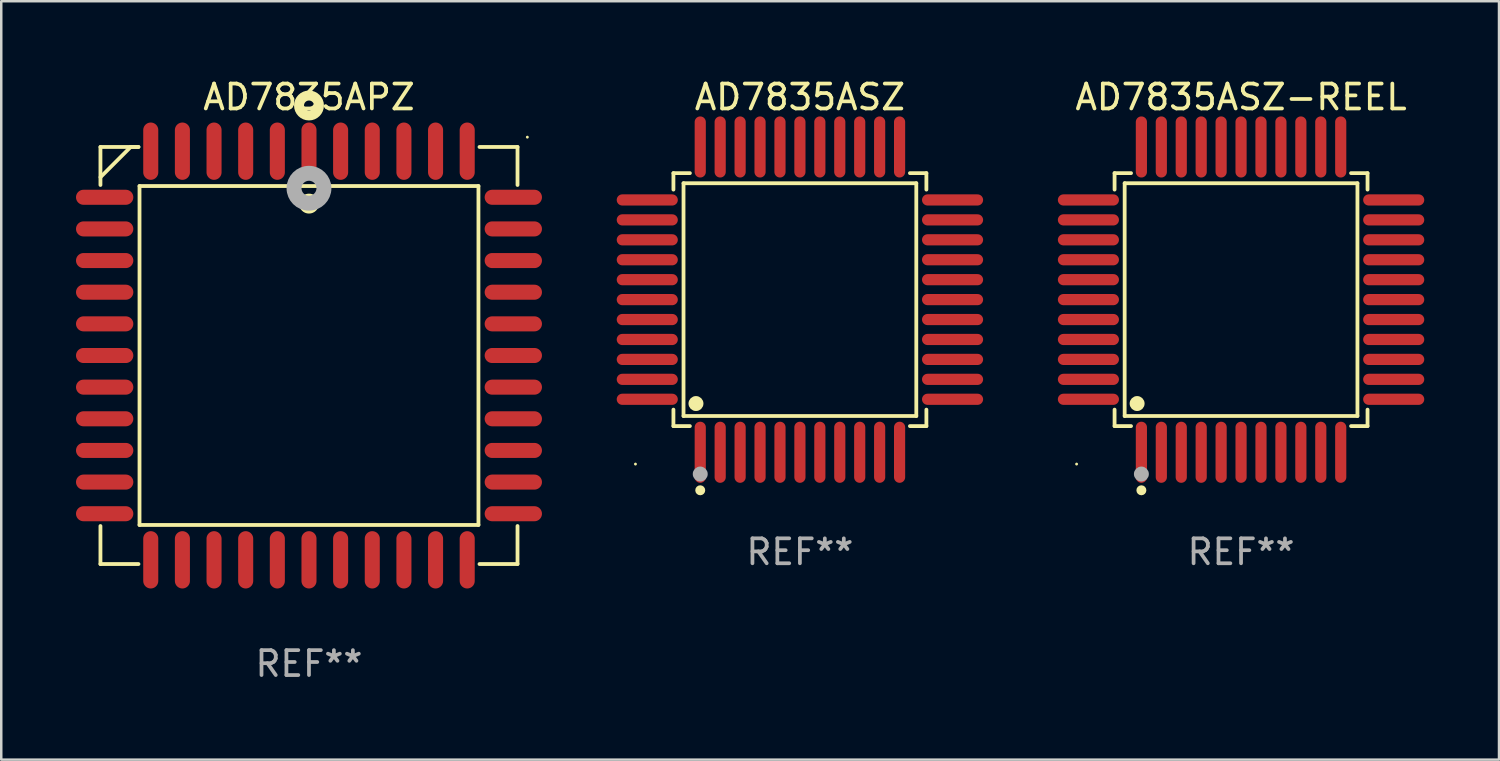
<source format=kicad_pcb>
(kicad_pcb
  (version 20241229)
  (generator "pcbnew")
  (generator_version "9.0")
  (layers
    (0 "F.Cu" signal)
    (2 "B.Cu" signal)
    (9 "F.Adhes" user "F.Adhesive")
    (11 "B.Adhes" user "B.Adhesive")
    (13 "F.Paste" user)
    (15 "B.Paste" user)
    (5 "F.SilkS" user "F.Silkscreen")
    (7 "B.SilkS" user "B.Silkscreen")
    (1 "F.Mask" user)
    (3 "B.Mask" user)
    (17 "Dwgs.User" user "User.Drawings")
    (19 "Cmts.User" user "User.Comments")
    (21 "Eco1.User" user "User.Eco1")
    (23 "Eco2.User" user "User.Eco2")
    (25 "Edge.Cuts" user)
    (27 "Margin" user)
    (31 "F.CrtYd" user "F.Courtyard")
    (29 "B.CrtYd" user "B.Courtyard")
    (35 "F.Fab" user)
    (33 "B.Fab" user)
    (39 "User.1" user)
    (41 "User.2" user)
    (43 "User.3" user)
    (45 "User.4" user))
  (footprint "AD7835APZ"
    (layer "F.Cu")
    (at 9.35 11.217)
    (property "Reference" "AD7835APZ" (at 0 -10.369 0) (layer "F.SilkS") (effects (font (size 1 1) (thickness 0.15))))
    (attr through_hole)
    (fp_line (start -8.369 -8.369) (end -8.369 -6.843) (stroke (width 0.152) (type solid)) (layer "F.SilkS"))
    (fp_line (start -8.369 8.369) (end -8.369 6.843) (stroke (width 0.152) (type solid)) (layer "F.SilkS"))
    (fp_line (start -7.156 -8.369) (end -8.369 -7.156) (stroke (width 0.152) (type solid)) (layer "F.SilkS"))
    (fp_line (start -6.843 -8.369) (end -8.369 -8.369) (stroke (width 0.152) (type solid)) (layer "F.SilkS"))
    (fp_line (start -6.843 -8.369) (end -7.156 -8.369) (stroke (width 0.152) (type solid)) (layer "F.SilkS"))
    (fp_line (start -6.843 8.369) (end -8.369 8.369) (stroke (width 0.152) (type solid)) (layer "F.SilkS"))
    (fp_line (start -6.801 -6.801) (end 6.801 -6.801) (stroke (width 0.152) (type solid)) (layer "F.SilkS"))
    (fp_line (start -6.801 6.801) (end -6.801 -6.801) (stroke (width 0.152) (type solid)) (layer "F.SilkS"))
    (fp_line (start 6.801 -6.801) (end 6.801 6.801) (stroke (width 0.152) (type solid)) (layer "F.SilkS"))
    (fp_line (start 6.801 6.801) (end -6.801 6.801) (stroke (width 0.152) (type solid)) (layer "F.SilkS"))
    (fp_line (start 6.843 -8.369) (end 8.369 -8.369) (stroke (width 0.152) (type solid)) (layer "F.SilkS"))
    (fp_line (start 6.843 8.369) (end 8.369 8.369) (stroke (width 0.152) (type solid)) (layer "F.SilkS"))
    (fp_line (start 8.369 -8.369) (end 8.369 -6.843) (stroke (width 0.152) (type solid)) (layer "F.SilkS"))
    (fp_line (start 8.369 8.369) (end 8.369 6.843) (stroke (width 0.152) (type solid)) (layer "F.SilkS"))
    (fp_circle (center -0.000013 -6.096) (end 0.2 -6.096) (stroke (width 0.4) (type solid)) (fill no) (layer "F.SilkS"))
    (fp_circle (center 0.000114 -10.033) (end 0.2 -10.033) (stroke (width 0.4) (type solid)) (fill no) (layer "F.SilkS"))
    (fp_circle (center 8.763 -8.763) (end 8.793 -8.763) (stroke (width 0.06) (type solid)) (fill no) (layer "F.SilkS"))
    (fp_circle (center 0.000114 -6.712) (end 0.3 -6.712) (stroke (width 0.6) (type solid)) (fill no) (layer "F.Fab"))
    (fp_text user "REF**" (at 0 12.369 0) (layer "F.Fab") (effects (font (size 1 1) (thickness 0.15))))
    (pad "1" smd oval (at 0.000114 -8.2) (size 0.604 2.3) (layers "F.Cu" "F.Mask" "F.Paste"))
    (pad "2" smd oval (at -1.27 -8.2) (size 0.604 2.3) (layers "F.Cu" "F.Mask" "F.Paste"))
    (pad "3" smd oval (at -2.54 -8.2) (size 0.604 2.3) (layers "F.Cu" "F.Mask" "F.Paste"))
    (pad "4" smd oval (at -3.81 -8.2) (size 0.604 2.3) (layers "F.Cu" "F.Mask" "F.Paste"))
    (pad "5" smd oval (at -5.08 -8.2) (size 0.604 2.3) (layers "F.Cu" "F.Mask" "F.Paste"))
    (pad "6" smd oval (at -6.35 -8.2) (size 0.604 2.3) (layers "F.Cu" "F.Mask" "F.Paste"))
    (pad "7" smd oval (at -8.2 -6.35) (size 2.3 0.604) (layers "F.Cu" "F.Mask" "F.Paste"))
    (pad "8" smd oval (at -8.2 -5.08) (size 2.3 0.604) (layers "F.Cu" "F.Mask" "F.Paste"))
    (pad "9" smd oval (at -8.2 -3.81) (size 2.3 0.604) (layers "F.Cu" "F.Mask" "F.Paste"))
    (pad "10" smd oval (at -8.2 -2.54) (size 2.3 0.604) (layers "F.Cu" "F.Mask" "F.Paste"))
    (pad "11" smd oval (at -8.2 -1.27) (size 2.3 0.604) (layers "F.Cu" "F.Mask" "F.Paste"))
    (pad "12" smd oval (at -8.2 0.000127) (size 2.3 0.604) (layers "F.Cu" "F.Mask" "F.Paste"))
    (pad "13" smd oval (at -8.2 1.27) (size 2.3 0.604) (layers "F.Cu" "F.Mask" "F.Paste"))
    (pad "14" smd oval (at -8.2 2.54) (size 2.3 0.604) (layers "F.Cu" "F.Mask" "F.Paste"))
    (pad "15" smd oval (at -8.2 3.81) (size 2.3 0.604) (layers "F.Cu" "F.Mask" "F.Paste"))
    (pad "16" smd oval (at -8.2 5.08) (size 2.3 0.604) (layers "F.Cu" "F.Mask" "F.Paste"))
    (pad "17" smd oval (at -8.2 6.35) (size 2.3 0.604) (layers "F.Cu" "F.Mask" "F.Paste"))
    (pad "18" smd oval (at -6.35 8.2) (size 0.604 2.3) (layers "F.Cu" "F.Mask" "F.Paste"))
    (pad "19" smd oval (at -5.08 8.2) (size 0.604 2.3) (layers "F.Cu" "F.Mask" "F.Paste"))
    (pad "20" smd oval (at -3.81 8.2) (size 0.604 2.3) (layers "F.Cu" "F.Mask" "F.Paste"))
    (pad "21" smd oval (at -2.54 8.2) (size 0.604 2.3) (layers "F.Cu" "F.Mask" "F.Paste"))
    (pad "22" smd oval (at -1.27 8.2) (size 0.604 2.3) (layers "F.Cu" "F.Mask" "F.Paste"))
    (pad "23" smd oval (at 0.000114 8.2) (size 0.604 2.3) (layers "F.Cu" "F.Mask" "F.Paste"))
    (pad "24" smd oval (at 1.27 8.2) (size 0.604 2.3) (layers "F.Cu" "F.Mask" "F.Paste"))
    (pad "25" smd oval (at 2.54 8.2) (size 0.604 2.3) (layers "F.Cu" "F.Mask" "F.Paste"))
    (pad "26" smd oval (at 3.81 8.2) (size 0.604 2.3) (layers "F.Cu" "F.Mask" "F.Paste"))
    (pad "27" smd oval (at 5.08 8.2) (size 0.604 2.3) (layers "F.Cu" "F.Mask" "F.Paste"))
    (pad "28" smd oval (at 6.35 8.2) (size 0.604 2.3) (layers "F.Cu" "F.Mask" "F.Paste"))
    (pad "29" smd oval (at 8.2 6.35) (size 2.3 0.604) (layers "F.Cu" "F.Mask" "F.Paste"))
    (pad "30" smd oval (at 8.2 5.08) (size 2.3 0.604) (layers "F.Cu" "F.Mask" "F.Paste"))
    (pad "31" smd oval (at 8.2 3.81) (size 2.3 0.604) (layers "F.Cu" "F.Mask" "F.Paste"))
    (pad "32" smd oval (at 8.2 2.54) (size 2.3 0.604) (layers "F.Cu" "F.Mask" "F.Paste"))
    (pad "33" smd oval (at 8.2 1.27) (size 2.3 0.604) (layers "F.Cu" "F.Mask" "F.Paste"))
    (pad "34" smd oval (at 8.2 0.000127) (size 2.3 0.604) (layers "F.Cu" "F.Mask" "F.Paste"))
    (pad "35" smd oval (at 8.2 -1.27) (size 2.3 0.604) (layers "F.Cu" "F.Mask" "F.Paste"))
    (pad "36" smd oval (at 8.2 -2.54) (size 2.3 0.604) (layers "F.Cu" "F.Mask" "F.Paste"))
    (pad "37" smd oval (at 8.2 -3.81) (size 2.3 0.604) (layers "F.Cu" "F.Mask" "F.Paste"))
    (pad "38" smd oval (at 8.2 -5.08) (size 2.3 0.604) (layers "F.Cu" "F.Mask" "F.Paste"))
    (pad "39" smd oval (at 8.2 -6.35) (size 2.3 0.604) (layers "F.Cu" "F.Mask" "F.Paste"))
    (pad "40" smd oval (at 6.35 -8.2) (size 0.604 2.3) (layers "F.Cu" "F.Mask" "F.Paste"))
    (pad "41" smd oval (at 5.08 -8.2) (size 0.604 2.3) (layers "F.Cu" "F.Mask" "F.Paste"))
    (pad "42" smd oval (at 3.81 -8.2) (size 0.604 2.3) (layers "F.Cu" "F.Mask" "F.Paste"))
    (pad "43" smd oval (at 2.54 -8.2) (size 0.604 2.3) (layers "F.Cu" "F.Mask" "F.Paste"))
    (pad "44" smd oval (at 1.27 -8.2) (size 0.604 2.3) (layers "F.Cu" "F.Mask" "F.Paste")))
  (footprint "AD7835ASZ-REEL"
    (layer "F.Cu")
    (at 46.756 8.974)
    (property "Reference" "AD7835ASZ-REEL" (at 0 -8.126 0) (layer "F.SilkS") (effects (font (size 1 1) (thickness 0.15))))
    (attr through_hole)
    (fp_line (start -5.076 -5.076) (end -4.415 -5.076) (stroke (width 0.152) (type solid)) (layer "F.SilkS"))
    (fp_line (start -5.076 -4.415) (end -5.076 -5.076) (stroke (width 0.152) (type solid)) (layer "F.SilkS"))
    (fp_line (start -5.076 4.415) (end -5.076 5.076) (stroke (width 0.152) (type solid)) (layer "F.SilkS"))
    (fp_line (start -5.076 5.076) (end -4.415 5.076) (stroke (width 0.152) (type solid)) (layer "F.SilkS"))
    (fp_line (start -4.671 -4.671) (end 4.671 -4.671) (stroke (width 0.152) (type solid)) (layer "F.SilkS"))
    (fp_line (start -4.671 4.671) (end -4.671 -4.671) (stroke (width 0.152) (type solid)) (layer "F.SilkS"))
    (fp_line (start 4.671 -4.671) (end 4.671 4.671) (stroke (width 0.152) (type solid)) (layer "F.SilkS"))
    (fp_line (start 4.671 4.671) (end -4.671 4.671) (stroke (width 0.152) (type solid)) (layer "F.SilkS"))
    (fp_line (start 5.076 -5.076) (end 4.415 -5.076) (stroke (width 0.152) (type solid)) (layer "F.SilkS"))
    (fp_line (start 5.076 -4.415) (end 5.076 -5.076) (stroke (width 0.152) (type solid)) (layer "F.SilkS"))
    (fp_line (start 5.076 4.415) (end 5.076 5.076) (stroke (width 0.152) (type solid)) (layer "F.SilkS"))
    (fp_line (start 5.076 5.076) (end 4.415 5.076) (stroke (width 0.152) (type solid)) (layer "F.SilkS"))
    (fp_circle (center -6.6 6.6) (end -6.57 6.6) (stroke (width 0.06) (type solid)) (fill no) (layer "F.SilkS"))
    (fp_circle (center -4.171 4.171) (end -4.021 4.171) (stroke (width 0.3) (type solid)) (fill no) (layer "F.SilkS"))
    (fp_circle (center -4 7.652) (end -3.9 7.652) (stroke (width 0.2) (type solid)) (fill no) (layer "F.SilkS"))
    (fp_circle (center -4 7) (end -3.85 7) (stroke (width 0.3) (type solid)) (fill no) (layer "F.Fab"))
    (fp_text user "REF**" (at 0 10.126 0) (layer "F.Fab") (effects (font (size 1 1) (thickness 0.15))))
    (pad "1" smd oval (at -4 6.126) (size 0.448 2.452) (layers "F.Cu" "F.Mask" "F.Paste"))
    (pad "2" smd oval (at -3.2 6.126) (size 0.448 2.452) (layers "F.Cu" "F.Mask" "F.Paste"))
    (pad "3" smd oval (at -2.4 6.126) (size 0.448 2.452) (layers "F.Cu" "F.Mask" "F.Paste"))
    (pad "4" smd oval (at -1.6 6.126) (size 0.448 2.452) (layers "F.Cu" "F.Mask" "F.Paste"))
    (pad "5" smd oval (at -0.8 6.126) (size 0.448 2.452) (layers "F.Cu" "F.Mask" "F.Paste"))
    (pad "6" smd oval (at 0 6.126) (size 0.448 2.452) (layers "F.Cu" "F.Mask" "F.Paste"))
    (pad "7" smd oval (at 0.8 6.126) (size 0.448 2.452) (layers "F.Cu" "F.Mask" "F.Paste"))
    (pad "8" smd oval (at 1.6 6.126) (size 0.448 2.452) (layers "F.Cu" "F.Mask" "F.Paste"))
    (pad "9" smd oval (at 2.4 6.126) (size 0.448 2.452) (layers "F.Cu" "F.Mask" "F.Paste"))
    (pad "10" smd oval (at 3.2 6.126) (size 0.448 2.452) (layers "F.Cu" "F.Mask" "F.Paste"))
    (pad "11" smd oval (at 4 6.126) (size 0.448 2.452) (layers "F.Cu" "F.Mask" "F.Paste"))
    (pad "12" smd oval (at 6.126 4) (size 2.452 0.448) (layers "F.Cu" "F.Mask" "F.Paste"))
    (pad "13" smd oval (at 6.126 3.2) (size 2.452 0.448) (layers "F.Cu" "F.Mask" "F.Paste"))
    (pad "14" smd oval (at 6.126 2.4) (size 2.452 0.448) (layers "F.Cu" "F.Mask" "F.Paste"))
    (pad "15" smd oval (at 6.126 1.6) (size 2.452 0.448) (layers "F.Cu" "F.Mask" "F.Paste"))
    (pad "16" smd oval (at 6.126 0.8) (size 2.452 0.448) (layers "F.Cu" "F.Mask" "F.Paste"))
    (pad "17" smd oval (at 6.126 0) (size 2.452 0.448) (layers "F.Cu" "F.Mask" "F.Paste"))
    (pad "18" smd oval (at 6.126 -0.8) (size 2.452 0.448) (layers "F.Cu" "F.Mask" "F.Paste"))
    (pad "19" smd oval (at 6.126 -1.6) (size 2.452 0.448) (layers "F.Cu" "F.Mask" "F.Paste"))
    (pad "20" smd oval (at 6.126 -2.4) (size 2.452 0.448) (layers "F.Cu" "F.Mask" "F.Paste"))
    (pad "21" smd oval (at 6.126 -3.2) (size 2.452 0.448) (layers "F.Cu" "F.Mask" "F.Paste"))
    (pad "22" smd oval (at 6.126 -4) (size 2.452 0.448) (layers "F.Cu" "F.Mask" "F.Paste"))
    (pad "23" smd oval (at 4 -6.126) (size 0.448 2.452) (layers "F.Cu" "F.Mask" "F.Paste"))
    (pad "24" smd oval (at 3.2 -6.126) (size 0.448 2.452) (layers "F.Cu" "F.Mask" "F.Paste"))
    (pad "25" smd oval (at 2.4 -6.126) (size 0.448 2.452) (layers "F.Cu" "F.Mask" "F.Paste"))
    (pad "26" smd oval (at 1.6 -6.126) (size 0.448 2.452) (layers "F.Cu" "F.Mask" "F.Paste"))
    (pad "27" smd oval (at 0.8 -6.126) (size 0.448 2.452) (layers "F.Cu" "F.Mask" "F.Paste"))
    (pad "28" smd oval (at 0 -6.126) (size 0.448 2.452) (layers "F.Cu" "F.Mask" "F.Paste"))
    (pad "29" smd oval (at -0.8 -6.126) (size 0.448 2.452) (layers "F.Cu" "F.Mask" "F.Paste"))
    (pad "30" smd oval (at -1.6 -6.126) (size 0.448 2.452) (layers "F.Cu" "F.Mask" "F.Paste"))
    (pad "31" smd oval (at -2.4 -6.126) (size 0.448 2.452) (layers "F.Cu" "F.Mask" "F.Paste"))
    (pad "32" smd oval (at -3.2 -6.126) (size 0.448 2.452) (layers "F.Cu" "F.Mask" "F.Paste"))
    (pad "33" smd oval (at -4 -6.126) (size 0.448 2.452) (layers "F.Cu" "F.Mask" "F.Paste"))
    (pad "34" smd oval (at -6.126 -4) (size 2.452 0.448) (layers "F.Cu" "F.Mask" "F.Paste"))
    (pad "35" smd oval (at -6.126 -3.2) (size 2.452 0.448) (layers "F.Cu" "F.Mask" "F.Paste"))
    (pad "36" smd oval (at -6.126 -2.4) (size 2.452 0.448) (layers "F.Cu" "F.Mask" "F.Paste"))
    (pad "37" smd oval (at -6.126 -1.6) (size 2.452 0.448) (layers "F.Cu" "F.Mask" "F.Paste"))
    (pad "38" smd oval (at -6.126 -0.8) (size 2.452 0.448) (layers "F.Cu" "F.Mask" "F.Paste"))
    (pad "39" smd oval (at -6.126 0) (size 2.452 0.448) (layers "F.Cu" "F.Mask" "F.Paste"))
    (pad "40" smd oval (at -6.126 0.8) (size 2.452 0.448) (layers "F.Cu" "F.Mask" "F.Paste"))
    (pad "41" smd oval (at -6.126 1.6) (size 2.452 0.448) (layers "F.Cu" "F.Mask" "F.Paste"))
    (pad "42" smd oval (at -6.126 2.4) (size 2.452 0.448) (layers "F.Cu" "F.Mask" "F.Paste"))
    (pad "43" smd oval (at -6.126 3.2) (size 2.452 0.448) (layers "F.Cu" "F.Mask" "F.Paste"))
    (pad "44" smd oval (at -6.126 4) (size 2.452 0.448) (layers "F.Cu" "F.Mask" "F.Paste")))
  (footprint "AD7835ASZ"
    (layer "F.Cu")
    (at 29.052 8.974)
    (property "Reference" "AD7835ASZ" (at 0 -8.126 0) (layer "F.SilkS") (effects (font (size 1 1) (thickness 0.15))))
    (attr through_hole)
    (fp_line (start -5.076 -5.076) (end -4.415 -5.076) (stroke (width 0.152) (type solid)) (layer "F.SilkS"))
    (fp_line (start -5.076 -4.415) (end -5.076 -5.076) (stroke (width 0.152) (type solid)) (layer "F.SilkS"))
    (fp_line (start -5.076 4.415) (end -5.076 5.076) (stroke (width 0.152) (type solid)) (layer "F.SilkS"))
    (fp_line (start -5.076 5.076) (end -4.415 5.076) (stroke (width 0.152) (type solid)) (layer "F.SilkS"))
    (fp_line (start -4.671 -4.671) (end 4.671 -4.671) (stroke (width 0.152) (type solid)) (layer "F.SilkS"))
    (fp_line (start -4.671 4.671) (end -4.671 -4.671) (stroke (width 0.152) (type solid)) (layer "F.SilkS"))
    (fp_line (start 4.671 -4.671) (end 4.671 4.671) (stroke (width 0.152) (type solid)) (layer "F.SilkS"))
    (fp_line (start 4.671 4.671) (end -4.671 4.671) (stroke (width 0.152) (type solid)) (layer "F.SilkS"))
    (fp_line (start 5.076 -5.076) (end 4.415 -5.076) (stroke (width 0.152) (type solid)) (layer "F.SilkS"))
    (fp_line (start 5.076 -4.415) (end 5.076 -5.076) (stroke (width 0.152) (type solid)) (layer "F.SilkS"))
    (fp_line (start 5.076 4.415) (end 5.076 5.076) (stroke (width 0.152) (type solid)) (layer "F.SilkS"))
    (fp_line (start 5.076 5.076) (end 4.415 5.076) (stroke (width 0.152) (type solid)) (layer "F.SilkS"))
    (fp_circle (center -6.6 6.6) (end -6.57 6.6) (stroke (width 0.06) (type solid)) (fill no) (layer "F.SilkS"))
    (fp_circle (center -4.171 4.171) (end -4.021 4.171) (stroke (width 0.3) (type solid)) (fill no) (layer "F.SilkS"))
    (fp_circle (center -4 7.652) (end -3.9 7.652) (stroke (width 0.2) (type solid)) (fill no) (layer "F.SilkS"))
    (fp_circle (center -4 7) (end -3.85 7) (stroke (width 0.3) (type solid)) (fill no) (layer "F.Fab"))
    (fp_text user "REF**" (at 0 10.126 0) (layer "F.Fab") (effects (font (size 1 1) (thickness 0.15))))
    (pad "1" smd oval (at -4 6.126) (size 0.448 2.452) (layers "F.Cu" "F.Mask" "F.Paste"))
    (pad "2" smd oval (at -3.2 6.126) (size 0.448 2.452) (layers "F.Cu" "F.Mask" "F.Paste"))
    (pad "3" smd oval (at -2.4 6.126) (size 0.448 2.452) (layers "F.Cu" "F.Mask" "F.Paste"))
    (pad "4" smd oval (at -1.6 6.126) (size 0.448 2.452) (layers "F.Cu" "F.Mask" "F.Paste"))
    (pad "5" smd oval (at -0.8 6.126) (size 0.448 2.452) (layers "F.Cu" "F.Mask" "F.Paste"))
    (pad "6" smd oval (at 0 6.126) (size 0.448 2.452) (layers "F.Cu" "F.Mask" "F.Paste"))
    (pad "7" smd oval (at 0.8 6.126) (size 0.448 2.452) (layers "F.Cu" "F.Mask" "F.Paste"))
    (pad "8" smd oval (at 1.6 6.126) (size 0.448 2.452) (layers "F.Cu" "F.Mask" "F.Paste"))
    (pad "9" smd oval (at 2.4 6.126) (size 0.448 2.452) (layers "F.Cu" "F.Mask" "F.Paste"))
    (pad "10" smd oval (at 3.2 6.126) (size 0.448 2.452) (layers "F.Cu" "F.Mask" "F.Paste"))
    (pad "11" smd oval (at 4 6.126) (size 0.448 2.452) (layers "F.Cu" "F.Mask" "F.Paste"))
    (pad "12" smd oval (at 6.126 4) (size 2.452 0.448) (layers "F.Cu" "F.Mask" "F.Paste"))
    (pad "13" smd oval (at 6.126 3.2) (size 2.452 0.448) (layers "F.Cu" "F.Mask" "F.Paste"))
    (pad "14" smd oval (at 6.126 2.4) (size 2.452 0.448) (layers "F.Cu" "F.Mask" "F.Paste"))
    (pad "15" smd oval (at 6.126 1.6) (size 2.452 0.448) (layers "F.Cu" "F.Mask" "F.Paste"))
    (pad "16" smd oval (at 6.126 0.8) (size 2.452 0.448) (layers "F.Cu" "F.Mask" "F.Paste"))
    (pad "17" smd oval (at 6.126 0) (size 2.452 0.448) (layers "F.Cu" "F.Mask" "F.Paste"))
    (pad "18" smd oval (at 6.126 -0.8) (size 2.452 0.448) (layers "F.Cu" "F.Mask" "F.Paste"))
    (pad "19" smd oval (at 6.126 -1.6) (size 2.452 0.448) (layers "F.Cu" "F.Mask" "F.Paste"))
    (pad "20" smd oval (at 6.126 -2.4) (size 2.452 0.448) (layers "F.Cu" "F.Mask" "F.Paste"))
    (pad "21" smd oval (at 6.126 -3.2) (size 2.452 0.448) (layers "F.Cu" "F.Mask" "F.Paste"))
    (pad "22" smd oval (at 6.126 -4) (size 2.452 0.448) (layers "F.Cu" "F.Mask" "F.Paste"))
    (pad "23" smd oval (at 4 -6.126) (size 0.448 2.452) (layers "F.Cu" "F.Mask" "F.Paste"))
    (pad "24" smd oval (at 3.2 -6.126) (size 0.448 2.452) (layers "F.Cu" "F.Mask" "F.Paste"))
    (pad "25" smd oval (at 2.4 -6.126) (size 0.448 2.452) (layers "F.Cu" "F.Mask" "F.Paste"))
    (pad "26" smd oval (at 1.6 -6.126) (size 0.448 2.452) (layers "F.Cu" "F.Mask" "F.Paste"))
    (pad "27" smd oval (at 0.8 -6.126) (size 0.448 2.452) (layers "F.Cu" "F.Mask" "F.Paste"))
    (pad "28" smd oval (at 0 -6.126) (size 0.448 2.452) (layers "F.Cu" "F.Mask" "F.Paste"))
    (pad "29" smd oval (at -0.8 -6.126) (size 0.448 2.452) (layers "F.Cu" "F.Mask" "F.Paste"))
    (pad "30" smd oval (at -1.6 -6.126) (size 0.448 2.452) (layers "F.Cu" "F.Mask" "F.Paste"))
    (pad "31" smd oval (at -2.4 -6.126) (size 0.448 2.452) (layers "F.Cu" "F.Mask" "F.Paste"))
    (pad "32" smd oval (at -3.2 -6.126) (size 0.448 2.452) (layers "F.Cu" "F.Mask" "F.Paste"))
    (pad "33" smd oval (at -4 -6.126) (size 0.448 2.452) (layers "F.Cu" "F.Mask" "F.Paste"))
    (pad "34" smd oval (at -6.126 -4) (size 2.452 0.448) (layers "F.Cu" "F.Mask" "F.Paste"))
    (pad "35" smd oval (at -6.126 -3.2) (size 2.452 0.448) (layers "F.Cu" "F.Mask" "F.Paste"))
    (pad "36" smd oval (at -6.126 -2.4) (size 2.452 0.448) (layers "F.Cu" "F.Mask" "F.Paste"))
    (pad "37" smd oval (at -6.126 -1.6) (size 2.452 0.448) (layers "F.Cu" "F.Mask" "F.Paste"))
    (pad "38" smd oval (at -6.126 -0.8) (size 2.452 0.448) (layers "F.Cu" "F.Mask" "F.Paste"))
    (pad "39" smd oval (at -6.126 0) (size 2.452 0.448) (layers "F.Cu" "F.Mask" "F.Paste"))
    (pad "40" smd oval (at -6.126 0.8) (size 2.452 0.448) (layers "F.Cu" "F.Mask" "F.Paste"))
    (pad "41" smd oval (at -6.126 1.6) (size 2.452 0.448) (layers "F.Cu" "F.Mask" "F.Paste"))
    (pad "42" smd oval (at -6.126 2.4) (size 2.452 0.448) (layers "F.Cu" "F.Mask" "F.Paste"))
    (pad "43" smd oval (at -6.126 3.2) (size 2.452 0.448) (layers "F.Cu" "F.Mask" "F.Paste"))
    (pad "44" smd oval (at -6.126 4) (size 2.452 0.448) (layers "F.Cu" "F.Mask" "F.Paste")))
  (gr_rect
    (start -3 -3)
    (end 57.108 27.435)
    (stroke (width 0.1) (type default))
    (fill no)
    (layer "Edge.Cuts")))
</source>
